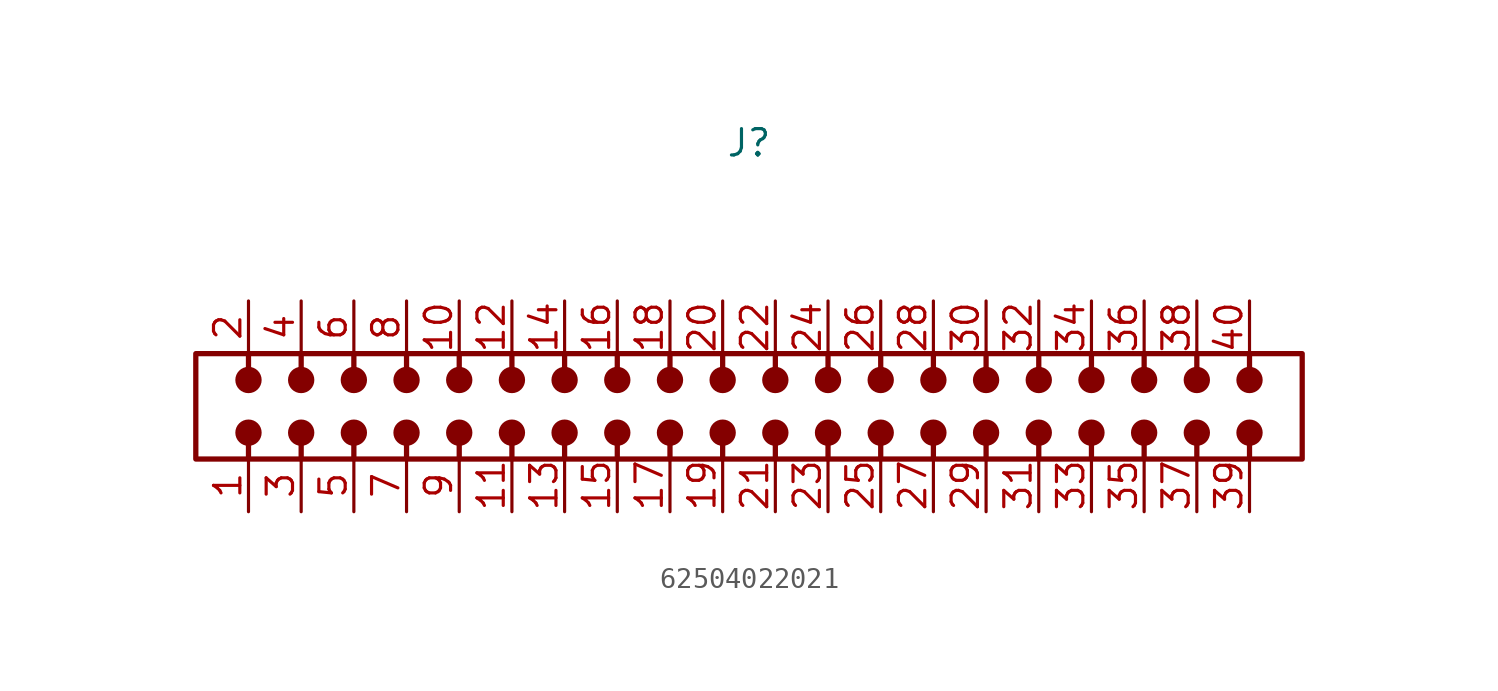
<source format=kicad_sym>
(kicad_symbol_lib
  (version 20241209)
  (generator "kicad_symbol_editor")
  (generator_version "9.0")
  (symbol "62504022021"
    (pin_names
      (hide yes))
    (property "Reference" "J"
      (at 0 12.7 0)
      (effects (font (size 1.27 1.27))))
    (symbol "62504022021_1_1"
      (rectangle (start -26.67 2.54) (end 26.67 -2.54) (stroke (width 0.254) (type solid)) (fill (type none)))
      (polyline (pts (xy -24.13 1.778) (xy -24.13 2.54)) (stroke (width 0.254) (type solid)) (fill (type none)))
      (circle (center -24.13 1.27) (radius 0.508) (stroke (width 0.254) (type solid)) (fill (type outline)))
      (circle (center -24.13 -1.27) (radius 0.508) (stroke (width 0.254) (type solid)) (fill (type outline)))
      (polyline (pts (xy -24.13 -1.778) (xy -24.13 -2.54)) (stroke (width 0.254) (type solid)) (fill (type none)))
      (polyline (pts (xy -21.59 1.778) (xy -21.59 2.54)) (stroke (width 0.254) (type solid)) (fill (type none)))
      (circle (center -21.59 1.27) (radius 0.508) (stroke (width 0.254) (type solid)) (fill (type outline)))
      (circle (center -21.59 -1.27) (radius 0.508) (stroke (width 0.254) (type solid)) (fill (type outline)))
      (polyline (pts (xy -21.59 -1.778) (xy -21.59 -2.54)) (stroke (width 0.254) (type solid)) (fill (type none)))
      (polyline (pts (xy -19.05 1.778) (xy -19.05 2.54)) (stroke (width 0.254) (type solid)) (fill (type none)))
      (circle (center -19.05 1.27) (radius 0.508) (stroke (width 0.254) (type solid)) (fill (type outline)))
      (circle (center -19.05 -1.27) (radius 0.508) (stroke (width 0.254) (type solid)) (fill (type outline)))
      (polyline (pts (xy -19.05 -1.778) (xy -19.05 -2.54)) (stroke (width 0.254) (type solid)) (fill (type none)))
      (polyline (pts (xy -16.51 1.778) (xy -16.51 2.54)) (stroke (width 0.254) (type solid)) (fill (type none)))
      (circle (center -16.51 1.27) (radius 0.508) (stroke (width 0.254) (type solid)) (fill (type outline)))
      (circle (center -16.51 -1.27) (radius 0.508) (stroke (width 0.254) (type solid)) (fill (type outline)))
      (polyline (pts (xy -16.51 -1.778) (xy -16.51 -2.54)) (stroke (width 0.254) (type solid)) (fill (type none)))
      (polyline (pts (xy -13.97 1.778) (xy -13.97 2.54)) (stroke (width 0.254) (type solid)) (fill (type none)))
      (circle (center -13.97 1.27) (radius 0.508) (stroke (width 0.254) (type solid)) (fill (type outline)))
      (circle (center -13.97 -1.27) (radius 0.508) (stroke (width 0.254) (type solid)) (fill (type outline)))
      (polyline (pts (xy -13.97 -1.778) (xy -13.97 -2.54)) (stroke (width 0.254) (type solid)) (fill (type none)))
      (polyline (pts (xy -11.43 1.778) (xy -11.43 2.54)) (stroke (width 0.254) (type solid)) (fill (type none)))
      (circle (center -11.43 1.27) (radius 0.508) (stroke (width 0.254) (type solid)) (fill (type outline)))
      (circle (center -11.43 -1.27) (radius 0.508) (stroke (width 0.254) (type solid)) (fill (type outline)))
      (polyline (pts (xy -11.43 -1.778) (xy -11.43 -2.54)) (stroke (width 0.254) (type solid)) (fill (type none)))
      (polyline (pts (xy -8.89 1.778) (xy -8.89 2.54)) (stroke (width 0.254) (type solid)) (fill (type none)))
      (circle (center -8.89 1.27) (radius 0.508) (stroke (width 0.254) (type solid)) (fill (type outline)))
      (circle (center -8.89 -1.27) (radius 0.508) (stroke (width 0.254) (type solid)) (fill (type outline)))
      (polyline (pts (xy -8.89 -1.778) (xy -8.89 -2.54)) (stroke (width 0.254) (type solid)) (fill (type none)))
      (polyline (pts (xy -6.35 1.778) (xy -6.35 2.54)) (stroke (width 0.254) (type solid)) (fill (type none)))
      (circle (center -6.35 1.27) (radius 0.508) (stroke (width 0.254) (type solid)) (fill (type outline)))
      (circle (center -6.35 -1.27) (radius 0.508) (stroke (width 0.254) (type solid)) (fill (type outline)))
      (polyline (pts (xy -6.35 -1.778) (xy -6.35 -2.54)) (stroke (width 0.254) (type solid)) (fill (type none)))
      (polyline (pts (xy -3.81 1.778) (xy -3.81 2.54)) (stroke (width 0.254) (type solid)) (fill (type none)))
      (circle (center -3.81 1.27) (radius 0.508) (stroke (width 0.254) (type solid)) (fill (type outline)))
      (circle (center -3.81 -1.27) (radius 0.508) (stroke (width 0.254) (type solid)) (fill (type outline)))
      (polyline (pts (xy -3.81 -1.778) (xy -3.81 -2.54)) (stroke (width 0.254) (type solid)) (fill (type none)))
      (polyline (pts (xy -1.27 1.778) (xy -1.27 2.54)) (stroke (width 0.254) (type solid)) (fill (type none)))
      (circle (center -1.27 1.27) (radius 0.508) (stroke (width 0.254) (type solid)) (fill (type outline)))
      (circle (center -1.27 -1.27) (radius 0.508) (stroke (width 0.254) (type solid)) (fill (type outline)))
      (polyline (pts (xy -1.27 -1.778) (xy -1.27 -2.54)) (stroke (width 0.254) (type solid)) (fill (type none)))
      (polyline (pts (xy 1.27 1.778) (xy 1.27 2.54)) (stroke (width 0.254) (type solid)) (fill (type none)))
      (circle (center 1.27 1.27) (radius 0.508) (stroke (width 0.254) (type solid)) (fill (type outline)))
      (circle (center 1.27 -1.27) (radius 0.508) (stroke (width 0.254) (type solid)) (fill (type outline)))
      (polyline (pts (xy 1.27 -1.778) (xy 1.27 -2.54)) (stroke (width 0.254) (type solid)) (fill (type none)))
      (polyline (pts (xy 3.81 1.778) (xy 3.81 2.54)) (stroke (width 0.254) (type solid)) (fill (type none)))
      (circle (center 3.81 1.27) (radius 0.508) (stroke (width 0.254) (type solid)) (fill (type outline)))
      (circle (center 3.81 -1.27) (radius 0.508) (stroke (width 0.254) (type solid)) (fill (type outline)))
      (polyline (pts (xy 3.81 -1.778) (xy 3.81 -2.54)) (stroke (width 0.254) (type solid)) (fill (type none)))
      (polyline (pts (xy 6.35 1.778) (xy 6.35 2.54)) (stroke (width 0.254) (type solid)) (fill (type none)))
      (circle (center 6.35 1.27) (radius 0.508) (stroke (width 0.254) (type solid)) (fill (type outline)))
      (circle (center 6.35 -1.27) (radius 0.508) (stroke (width 0.254) (type solid)) (fill (type outline)))
      (polyline (pts (xy 6.35 -1.778) (xy 6.35 -2.54)) (stroke (width 0.254) (type solid)) (fill (type none)))
      (polyline (pts (xy 8.89 1.778) (xy 8.89 2.54)) (stroke (width 0.254) (type solid)) (fill (type none)))
      (circle (center 8.89 1.27) (radius 0.508) (stroke (width 0.254) (type solid)) (fill (type outline)))
      (circle (center 8.89 -1.27) (radius 0.508) (stroke (width 0.254) (type solid)) (fill (type outline)))
      (polyline (pts (xy 8.89 -1.778) (xy 8.89 -2.54)) (stroke (width 0.254) (type solid)) (fill (type none)))
      (polyline (pts (xy 11.43 1.778) (xy 11.43 2.54)) (stroke (width 0.254) (type solid)) (fill (type none)))
      (circle (center 11.43 1.27) (radius 0.508) (stroke (width 0.254) (type solid)) (fill (type outline)))
      (circle (center 11.43 -1.27) (radius 0.508) (stroke (width 0.254) (type solid)) (fill (type outline)))
      (polyline (pts (xy 11.43 -1.778) (xy 11.43 -2.54)) (stroke (width 0.254) (type solid)) (fill (type none)))
      (polyline (pts (xy 13.97 1.778) (xy 13.97 2.54)) (stroke (width 0.254) (type solid)) (fill (type none)))
      (circle (center 13.97 1.27) (radius 0.508) (stroke (width 0.254) (type solid)) (fill (type outline)))
      (circle (center 13.97 -1.27) (radius 0.508) (stroke (width 0.254) (type solid)) (fill (type outline)))
      (polyline (pts (xy 13.97 -1.778) (xy 13.97 -2.54)) (stroke (width 0.254) (type solid)) (fill (type none)))
      (polyline (pts (xy 16.51 1.778) (xy 16.51 2.54)) (stroke (width 0.254) (type solid)) (fill (type none)))
      (circle (center 16.51 1.27) (radius 0.508) (stroke (width 0.254) (type solid)) (fill (type outline)))
      (circle (center 16.51 -1.27) (radius 0.508) (stroke (width 0.254) (type solid)) (fill (type outline)))
      (polyline (pts (xy 16.51 -1.778) (xy 16.51 -2.54)) (stroke (width 0.254) (type solid)) (fill (type none)))
      (polyline (pts (xy 19.05 1.778) (xy 19.05 2.54)) (stroke (width 0.254) (type solid)) (fill (type none)))
      (circle (center 19.05 1.27) (radius 0.508) (stroke (width 0.254) (type solid)) (fill (type outline)))
      (circle (center 19.05 -1.27) (radius 0.508) (stroke (width 0.254) (type solid)) (fill (type outline)))
      (polyline (pts (xy 19.05 -1.778) (xy 19.05 -2.54)) (stroke (width 0.254) (type solid)) (fill (type none)))
      (polyline (pts (xy 21.59 1.778) (xy 21.59 2.54)) (stroke (width 0.254) (type solid)) (fill (type none)))
      (circle (center 21.59 1.27) (radius 0.508) (stroke (width 0.254) (type solid)) (fill (type outline)))
      (circle (center 21.59 -1.27) (radius 0.508) (stroke (width 0.254) (type solid)) (fill (type outline)))
      (polyline (pts (xy 21.59 -1.778) (xy 21.59 -2.54)) (stroke (width 0.254) (type solid)) (fill (type none)))
      (polyline (pts (xy 24.13 1.778) (xy 24.13 2.54)) (stroke (width 0.254) (type solid)) (fill (type none)))
      (circle (center 24.13 1.27) (radius 0.508) (stroke (width 0.254) (type solid)) (fill (type outline)))
      (circle (center 24.13 -1.27) (radius 0.508) (stroke (width 0.254) (type solid)) (fill (type outline)))
      (polyline (pts (xy 24.13 -1.778) (xy 24.13 -2.54)) (stroke (width 0.254) (type solid)) (fill (type none)))
      (pin passive line (at -24.13 5.08 270) (length 2.54) (name "2" (effects (font (size 1.27 1.27)))) (number "2" (effects (font (size 1.27 1.27)))))
      (pin passive line (at -24.13 -5.08 90) (length 2.54) (name "1" (effects (font (size 1.27 1.27)))) (number "1" (effects (font (size 1.27 1.27)))))
      (pin passive line (at -21.59 5.08 270) (length 2.54) (name "4" (effects (font (size 1.27 1.27)))) (number "4" (effects (font (size 1.27 1.27)))))
      (pin passive line (at -21.59 -5.08 90) (length 2.54) (name "3" (effects (font (size 1.27 1.27)))) (number "3" (effects (font (size 1.27 1.27)))))
      (pin passive line (at -19.05 5.08 270) (length 2.54) (name "6" (effects (font (size 1.27 1.27)))) (number "6" (effects (font (size 1.27 1.27)))))
      (pin passive line (at -19.05 -5.08 90) (length 2.54) (name "5" (effects (font (size 1.27 1.27)))) (number "5" (effects (font (size 1.27 1.27)))))
      (pin passive line (at -16.51 5.08 270) (length 2.54) (name "8" (effects (font (size 1.27 1.27)))) (number "8" (effects (font (size 1.27 1.27)))))
      (pin passive line (at -16.51 -5.08 90) (length 2.54) (name "7" (effects (font (size 1.27 1.27)))) (number "7" (effects (font (size 1.27 1.27)))))
      (pin passive line (at -13.97 5.08 270) (length 2.54) (name "10" (effects (font (size 1.27 1.27)))) (number "10" (effects (font (size 1.27 1.27)))))
      (pin passive line (at -13.97 -5.08 90) (length 2.54) (name "9" (effects (font (size 1.27 1.27)))) (number "9" (effects (font (size 1.27 1.27)))))
      (pin passive line (at -11.43 5.08 270) (length 2.54) (name "12" (effects (font (size 1.27 1.27)))) (number "12" (effects (font (size 1.27 1.27)))))
      (pin passive line (at -11.43 -5.08 90) (length 2.54) (name "11" (effects (font (size 1.27 1.27)))) (number "11" (effects (font (size 1.27 1.27)))))
      (pin passive line (at -8.89 5.08 270) (length 2.54) (name "14" (effects (font (size 1.27 1.27)))) (number "14" (effects (font (size 1.27 1.27)))))
      (pin passive line (at -8.89 -5.08 90) (length 2.54) (name "13" (effects (font (size 1.27 1.27)))) (number "13" (effects (font (size 1.27 1.27)))))
      (pin passive line (at -6.35 5.08 270) (length 2.54) (name "16" (effects (font (size 1.27 1.27)))) (number "16" (effects (font (size 1.27 1.27)))))
      (pin passive line (at -6.35 -5.08 90) (length 2.54) (name "15" (effects (font (size 1.27 1.27)))) (number "15" (effects (font (size 1.27 1.27)))))
      (pin passive line (at -3.81 5.08 270) (length 2.54) (name "18" (effects (font (size 1.27 1.27)))) (number "18" (effects (font (size 1.27 1.27)))))
      (pin passive line (at -3.81 -5.08 90) (length 2.54) (name "17" (effects (font (size 1.27 1.27)))) (number "17" (effects (font (size 1.27 1.27)))))
      (pin passive line (at -1.27 5.08 270) (length 2.54) (name "20" (effects (font (size 1.27 1.27)))) (number "20" (effects (font (size 1.27 1.27)))))
      (pin passive line (at -1.27 -5.08 90) (length 2.54) (name "19" (effects (font (size 1.27 1.27)))) (number "19" (effects (font (size 1.27 1.27)))))
      (pin passive line (at 1.27 5.08 270) (length 2.54) (name "22" (effects (font (size 1.27 1.27)))) (number "22" (effects (font (size 1.27 1.27)))))
      (pin passive line (at 1.27 -5.08 90) (length 2.54) (name "21" (effects (font (size 1.27 1.27)))) (number "21" (effects (font (size 1.27 1.27)))))
      (pin passive line (at 3.81 5.08 270) (length 2.54) (name "24" (effects (font (size 1.27 1.27)))) (number "24" (effects (font (size 1.27 1.27)))))
      (pin passive line (at 3.81 -5.08 90) (length 2.54) (name "23" (effects (font (size 1.27 1.27)))) (number "23" (effects (font (size 1.27 1.27)))))
      (pin passive line (at 6.35 5.08 270) (length 2.54) (name "26" (effects (font (size 1.27 1.27)))) (number "26" (effects (font (size 1.27 1.27)))))
      (pin passive line (at 6.35 -5.08 90) (length 2.54) (name "25" (effects (font (size 1.27 1.27)))) (number "25" (effects (font (size 1.27 1.27)))))
      (pin passive line (at 8.89 5.08 270) (length 2.54) (name "28" (effects (font (size 1.27 1.27)))) (number "28" (effects (font (size 1.27 1.27)))))
      (pin passive line (at 8.89 -5.08 90) (length 2.54) (name "27" (effects (font (size 1.27 1.27)))) (number "27" (effects (font (size 1.27 1.27)))))
      (pin passive line (at 11.43 5.08 270) (length 2.54) (name "30" (effects (font (size 1.27 1.27)))) (number "30" (effects (font (size 1.27 1.27)))))
      (pin passive line (at 11.43 -5.08 90) (length 2.54) (name "29" (effects (font (size 1.27 1.27)))) (number "29" (effects (font (size 1.27 1.27)))))
      (pin passive line (at 13.97 5.08 270) (length 2.54) (name "32" (effects (font (size 1.27 1.27)))) (number "32" (effects (font (size 1.27 1.27)))))
      (pin passive line (at 13.97 -5.08 90) (length 2.54) (name "31" (effects (font (size 1.27 1.27)))) (number "31" (effects (font (size 1.27 1.27)))))
      (pin passive line (at 16.51 5.08 270) (length 2.54) (name "34" (effects (font (size 1.27 1.27)))) (number "34" (effects (font (size 1.27 1.27)))))
      (pin passive line (at 16.51 -5.08 90) (length 2.54) (name "33" (effects (font (size 1.27 1.27)))) (number "33" (effects (font (size 1.27 1.27)))))
      (pin passive line (at 19.05 5.08 270) (length 2.54) (name "36" (effects (font (size 1.27 1.27)))) (number "36" (effects (font (size 1.27 1.27)))))
      (pin passive line (at 19.05 -5.08 90) (length 2.54) (name "35" (effects (font (size 1.27 1.27)))) (number "35" (effects (font (size 1.27 1.27)))))
      (pin passive line (at 21.59 5.08 270) (length 2.54) (name "38" (effects (font (size 1.27 1.27)))) (number "38" (effects (font (size 1.27 1.27)))))
      (pin passive line (at 21.59 -5.08 90) (length 2.54) (name "37" (effects (font (size 1.27 1.27)))) (number "37" (effects (font (size 1.27 1.27)))))
      (pin passive line (at 24.13 5.08 270) (length 2.54) (name "40" (effects (font (size 1.27 1.27)))) (number "40" (effects (font (size 1.27 1.27)))))
      (pin passive line (at 24.13 -5.08 90) (length 2.54) (name "39" (effects (font (size 1.27 1.27)))) (number "39" (effects (font (size 1.27 1.27))))))))
</source>
